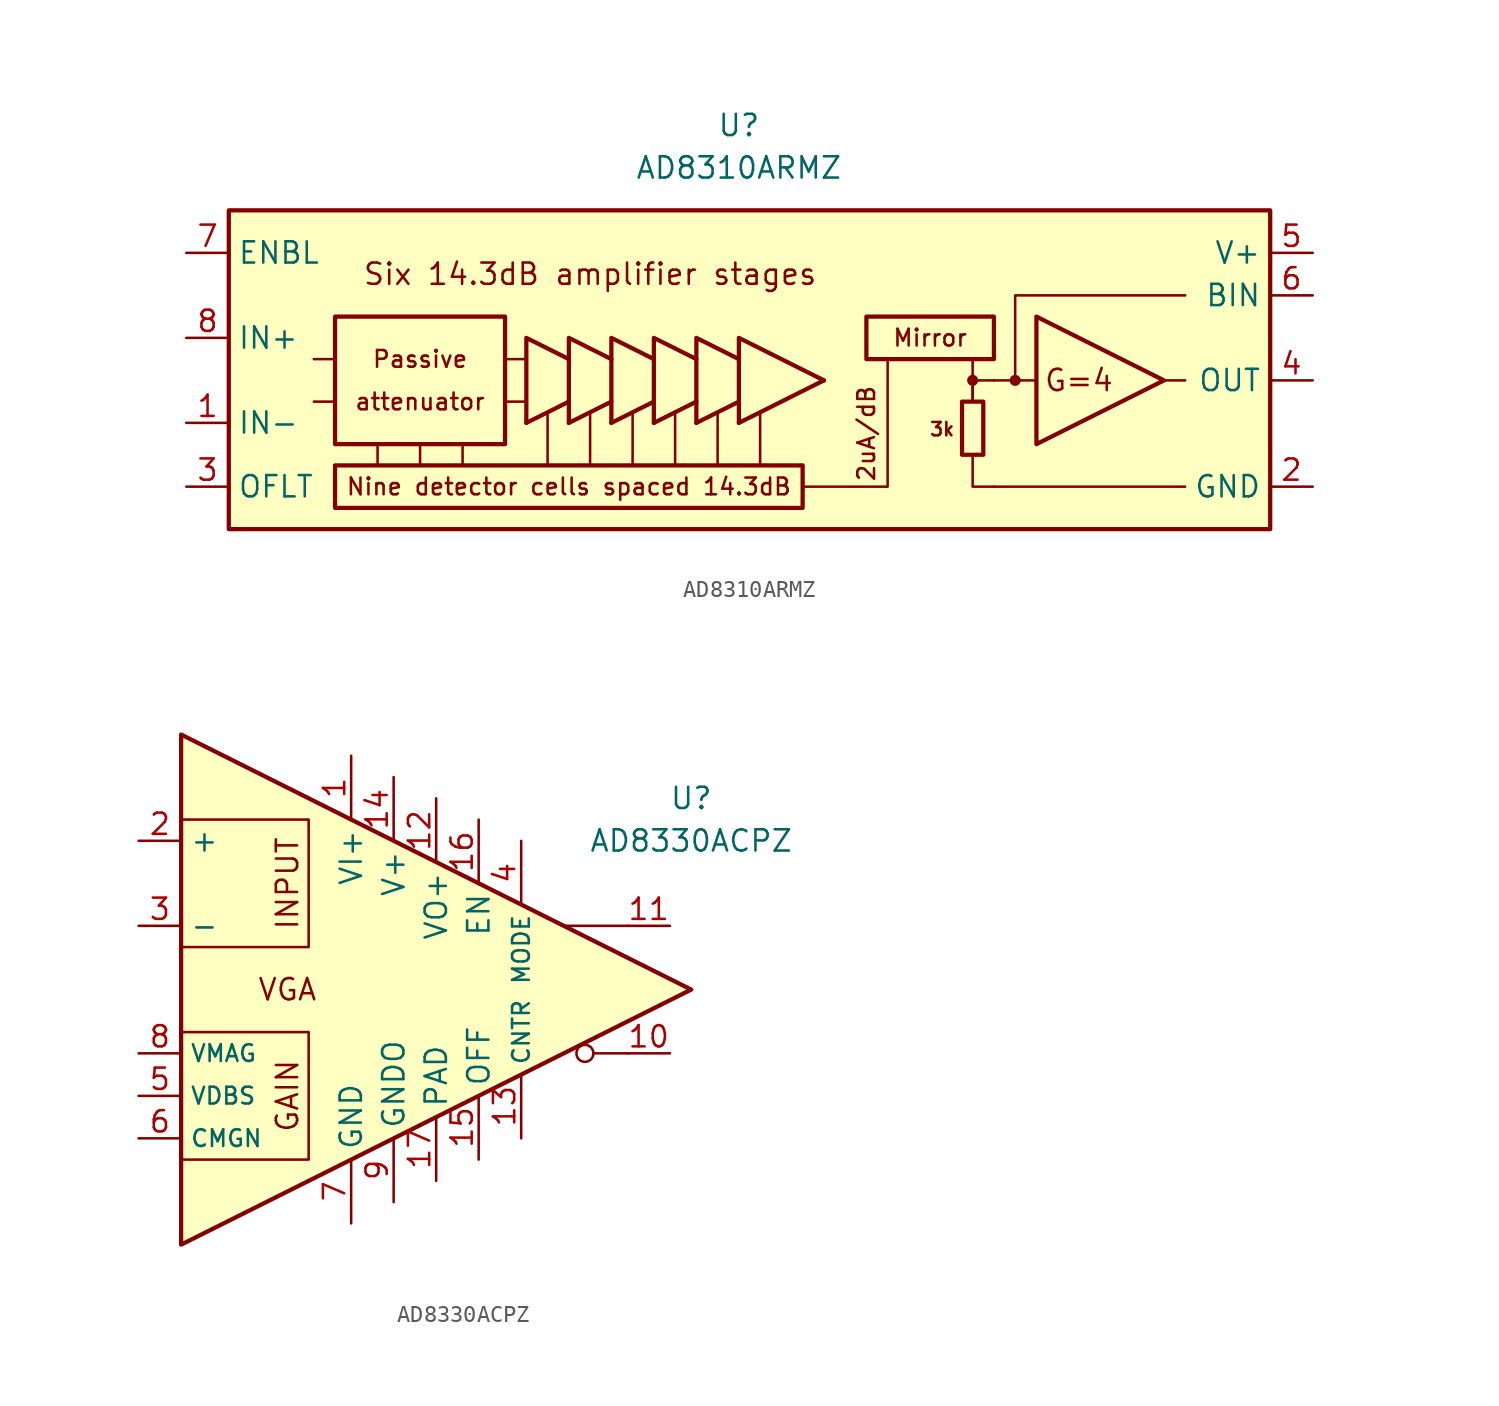
<source format=kicad_sym>
(kicad_symbol_lib
  (version 20231120)
  (generator "kicad_symbol_editor")
  (generator_version "8.0")
  (symbol "AD8310ARMZ"
    (property "Reference" "U"
      (at 0 16.51 0)
      (effects (font (size 1.27 1.27))))
    (property "Value" "AD8310ARMZ"
      (at 0 13.97 0)
      (effects (font (size 1.27 1.27))))
    (symbol "AD8310ARMZ_0_0"
      (rectangle (start -30.48 11.43) (end 31.75 -7.62) (stroke (width 0.254) (type default)) (fill (type background)))
      (rectangle (start -24.13 5.08) (end -13.97 -2.54) (stroke (width 0.254) (type default)) (fill (type none)))
      (polyline (pts (xy -24.13 0) (xy -25.4 0)) (stroke (width 0.152) (type default)) (fill (type none)))
      (polyline (pts (xy -24.13 2.54) (xy -25.4 2.54)) (stroke (width 0.152) (type default)) (fill (type none)))
      (polyline (pts (xy -21.59 -2.54) (xy -21.59 -3.81)) (stroke (width 0.152) (type default)) (fill (type none)))
      (polyline (pts (xy -19.05 -2.54) (xy -19.05 -3.81)) (stroke (width 0.152) (type default)) (fill (type none)))
      (polyline (pts (xy -16.51 -2.54) (xy -16.51 -3.81)) (stroke (width 0.152) (type default)) (fill (type none)))
      (polyline (pts (xy -13.97 0) (xy -12.7 0)) (stroke (width 0.152) (type default)) (fill (type none)))
      (polyline (pts (xy -13.97 2.54) (xy -12.7 2.54)) (stroke (width 0.152) (type default)) (fill (type none)))
      (polyline (pts (xy -11.43 -0.635) (xy -11.43 -3.81)) (stroke (width 0.152) (type default)) (fill (type none)))
      (polyline (pts (xy -8.89 -0.635) (xy -8.89 -3.81)) (stroke (width 0.152) (type default)) (fill (type none)))
      (polyline (pts (xy -6.35 -0.635) (xy -6.35 -3.81)) (stroke (width 0.152) (type default)) (fill (type none)))
      (polyline (pts (xy -3.81 -0.635) (xy -3.81 -3.81)) (stroke (width 0.152) (type default)) (fill (type none)))
      (polyline (pts (xy -1.27 -0.635) (xy -1.27 -3.81)) (stroke (width 0.152) (type default)) (fill (type none)))
      (polyline (pts (xy 1.27 -0.635) (xy 1.27 -3.81)) (stroke (width 0.152) (type default)) (fill (type none)))
      (polyline (pts (xy 13.97 0) (xy 13.97 1.27)) (stroke (width 0.152) (type default)) (fill (type none)))
      (polyline (pts (xy 13.97 1.27) (xy 15.24 1.27)) (stroke (width 0.152) (type default)) (fill (type none)))
      (polyline (pts (xy 13.97 2.54) (xy 13.97 0)) (stroke (width 0.152) (type default)) (fill (type none)))
      (polyline (pts (xy 15.24 -5.08) (xy 26.67 -5.08)) (stroke (width 0.152) (type default)) (fill (type none)))
      (polyline (pts (xy 15.24 1.27) (xy 17.78 1.27)) (stroke (width 0.152) (type default)) (fill (type none)))
      (polyline (pts (xy 26.67 1.27) (xy 25.4 1.27)) (stroke (width 0.152) (type default)) (fill (type none)))
      (polyline (pts (xy 3.81 -5.08) (xy 8.89 -5.08) (xy 8.89 2.54)) (stroke (width 0.152) (type default)) (fill (type none)))
      (polyline (pts (xy 13.97 -3.175) (xy 13.97 -5.08) (xy 15.24 -5.08)) (stroke (width 0.152) (type default)) (fill (type none)))
      (polyline (pts (xy 26.67 6.35) (xy 16.51 6.35) (xy 16.51 1.27)) (stroke (width 0.152) (type default)) (fill (type none)))
      (polyline (pts (xy 25.4 1.27) (xy 17.78 5.08) (xy 17.78 -2.54) (xy 25.4 1.27)) (stroke (width 0.254) (type default)) (fill (type none)))
      (rectangle (start 7.62 5.08) (end 15.24 2.54) (stroke (width 0.254) (type default)) (fill (type none)))
      (circle (center 13.97 1.27) (radius 0.254) (stroke (width 0.152) (type default)) (fill (type outline)))
      (circle (center 16.51 1.27) (radius 0.254) (stroke (width 0.152) (type default)) (fill (type outline)))
      (text "2uA/dB" (at 7.62 -1.905 900) (effects (font (size 1 1))))
      (text "3k" (at 12.954 -1.651 0) (effects (font (size 0.8 0.8)) (justify right)))
      (text "attenuator" (at -19.05 0 0) (effects (font (size 1 1))))
      (text "G=4" (at 20.32 1.27 0) (effects (font (size 1.27 1.27))))
      (text "Mirror" (at 11.43 3.81 0) (effects (font (size 1 1))))
      (text "Nine detector cells spaced 14.3dB" (at -10.16 -5.08 0) (effects (font (size 1 1))))
      (text "Passive" (at -19.05 2.54 0) (effects (font (size 1 1))))
      (text "Six 14.3dB amplifier stages" (at -8.89 7.62 0) (effects (font (size 1.27 1.27)))))
    (symbol "AD8310ARMZ_0_1"
      (rectangle (start -24.13 -3.81) (end 3.81 -6.35) (stroke (width 0.254) (type default)) (fill (type none)))
      (polyline (pts (xy -12.7 -1.27) (xy -10.16 0)) (stroke (width 0.254) (type default)) (fill (type none)))
      (polyline (pts (xy -10.16 -1.27) (xy -7.62 0)) (stroke (width 0.254) (type default)) (fill (type none)))
      (polyline (pts (xy -7.62 -1.27) (xy -5.08 0)) (stroke (width 0.254) (type default)) (fill (type none)))
      (polyline (pts (xy -5.08 -1.27) (xy -2.54 0)) (stroke (width 0.254) (type default)) (fill (type none)))
      (polyline (pts (xy -2.54 -1.27) (xy 0 0)) (stroke (width 0.254) (type default)) (fill (type none)))
      (polyline (pts (xy 0 -1.27) (xy 5.08 1.27)) (stroke (width 0.254) (type default)) (fill (type none)))
      (polyline (pts (xy -12.7 -1.27) (xy -12.7 3.81) (xy -10.16 2.54)) (stroke (width 0.254) (type default)) (fill (type none)))
      (polyline (pts (xy -10.16 -1.27) (xy -10.16 3.81) (xy -7.62 2.54)) (stroke (width 0.254) (type default)) (fill (type none)))
      (polyline (pts (xy -7.62 -1.27) (xy -7.62 3.81) (xy -5.08 2.54)) (stroke (width 0.254) (type default)) (fill (type none)))
      (polyline (pts (xy -5.08 -1.27) (xy -5.08 3.81) (xy -2.54 2.54)) (stroke (width 0.254) (type default)) (fill (type none)))
      (polyline (pts (xy -2.54 -1.27) (xy -2.54 3.81) (xy 0 2.54)) (stroke (width 0.254) (type default)) (fill (type none)))
      (polyline (pts (xy 0 -1.27) (xy 0 3.81) (xy 5.08 1.27)) (stroke (width 0.254) (type default)) (fill (type none)))
      (rectangle (start 13.335 0) (end 14.605 -3.175) (stroke (width 0.254) (type default)) (fill (type none))))
    (symbol "AD8310ARMZ_1_1"
      (pin input line (at -33.02 -1.27 0) (length 2.54) (name "IN-" (effects (font (size 1.27 1.27)))) (number "1" (effects (font (size 1.27 1.27)))))
      (pin power_in line (at 34.29 -5.08 180) (length 2.54) (name "GND" (effects (font (size 1.27 1.27)))) (number "2" (effects (font (size 1.27 1.27)))))
      (pin passive line (at -33.02 -5.08 0) (length 2.54) (name "OFLT" (effects (font (size 1.27 1.27)))) (number "3" (effects (font (size 1.27 1.27)))))
      (pin output line (at 34.29 1.27 180) (length 2.54) (name "OUT" (effects (font (size 1.27 1.27)))) (number "4" (effects (font (size 1.27 1.27)))))
      (pin power_in line (at 34.29 8.89 180) (length 2.54) (name "V+" (effects (font (size 1.27 1.27)))) (number "5" (effects (font (size 1.27 1.27)))))
      (pin output line (at 34.29 6.35 180) (length 2.54) (name "BIN" (effects (font (size 1.27 1.27)))) (number "6" (effects (font (size 1.27 1.27)))))
      (pin input line (at -33.02 8.89 0) (length 2.54) (name "ENBL" (effects (font (size 1.27 1.27)))) (number "7" (effects (font (size 1.27 1.27)))))
      (pin input line (at -33.02 3.81 0) (length 2.54) (name "IN+" (effects (font (size 1.27 1.27)))) (number "8" (effects (font (size 1.27 1.27)))))))
  (symbol "AD8330ACPZ"
    (property "Reference" "U"
      (at 13.97 11.43 0)
      (effects (font (size 1.27 1.27))))
    (property "Value" "AD8330ACPZ"
      (at 13.97 8.89 0)
      (effects (font (size 1.27 1.27))))
    (symbol "AD8330ACPZ_0_0"
      (polyline (pts (xy 10.16 3.81) (xy 6.35 3.81)) (stroke (width 0.152) (type default)) (fill (type none)))
      (polyline (pts (xy 10.16 -3.81) (xy 8.89 -3.81) (xy 8.128 -3.81)) (stroke (width 0.152) (type default)) (fill (type none)))
      (polyline (pts (xy -16.51 -2.54) (xy -8.89 -2.54) (xy -8.89 -10.16) (xy -16.51 -10.16)) (stroke (width 0.152) (type default)) (fill (type none)))
      (polyline (pts (xy -16.51 2.54) (xy -8.89 2.54) (xy -8.89 10.16) (xy -16.51 10.16)) (stroke (width 0.152) (type default)) (fill (type none)))
      (polyline (pts (xy -16.51 15.24) (xy 13.97 0) (xy -16.51 -15.24) (xy -16.51 15.24)) (stroke (width 0.254) (type default)) (fill (type background)))
      (circle (center 7.62 -3.81) (radius 0.508) (stroke (width 0.152) (type default)) (fill (type none)))
      (text "GAIN" (at -10.16 -6.35 900) (effects (font (size 1.27 1.27))))
      (text "INPUT" (at -10.16 6.35 900) (effects (font (size 1.27 1.27))))
      (text "VGA" (at -10.16 0 0) (effects (font (size 1.27 1.27)))))
    (symbol "AD8330ACPZ_1_1"
      (pin power_in line (at -6.35 13.97 270) (length 3.84) (name "VI+" (effects (font (size 1.27 1.27)))) (number "1" (effects (font (size 1.27 1.27)))))
      (pin output line (at 12.7 -3.81 180) (length 2.54) (name "~" (effects (font (size 1.27 1.27)))) (number "10" (effects (font (size 1.27 1.27)))))
      (pin output line (at 12.7 3.81 180) (length 2.54) (name "~" (effects (font (size 1.27 1.27)))) (number "11" (effects (font (size 1.27 1.27)))))
      (pin power_in line (at -1.27 11.43 270) (length 3.84) (name "VO+" (effects (font (size 1.27 1.27)))) (number "12" (effects (font (size 1.27 1.27)))))
      (pin passive line (at 3.81 -8.89 90) (length 3.84) (name "CNTR" (effects (font (size 1 1)))) (number "13" (effects (font (size 1.27 1.27)))))
      (pin power_in line (at -3.81 12.7 270) (length 3.84) (name "V+" (effects (font (size 1.27 1.27)))) (number "14" (effects (font (size 1.27 1.27)))))
      (pin input line (at 1.27 -10.16 90) (length 3.84) (name "OFF" (effects (font (size 1.27 1.27)))) (number "15" (effects (font (size 1.27 1.27)))))
      (pin input line (at 1.27 10.16 270) (length 3.84) (name "EN" (effects (font (size 1.27 1.27)))) (number "16" (effects (font (size 1.27 1.27)))))
      (pin passive line (at -1.27 -11.43 90) (length 3.84) (name "PAD" (effects (font (size 1.27 1.27)))) (number "17" (effects (font (size 1.27 1.27)))))
      (pin input line (at -19.05 8.89 0) (length 2.54) (name "+" (effects (font (size 1.27 1.27)))) (number "2" (effects (font (size 1.27 1.27)))))
      (pin input line (at -19.05 3.81 0) (length 2.54) (name "-" (effects (font (size 1.27 1.27)))) (number "3" (effects (font (size 1.27 1.27)))))
      (pin input line (at 3.81 8.89 270) (length 3.84) (name "MODE" (effects (font (size 1 1)))) (number "4" (effects (font (size 1.27 1.27)))))
      (pin input line (at -19.05 -6.35 0) (length 2.54) (name "VDBS" (effects (font (size 1 1)))) (number "5" (effects (font (size 1.27 1.27)))))
      (pin input line (at -19.05 -8.89 0) (length 2.54) (name "CMGN" (effects (font (size 1 1)))) (number "6" (effects (font (size 1.27 1.27)))))
      (pin power_in line (at -6.35 -13.97 90) (length 3.84) (name "GND" (effects (font (size 1.27 1.27)))) (number "7" (effects (font (size 1.27 1.27)))))
      (pin input line (at -19.05 -3.81 0) (length 2.54) (name "VMAG" (effects (font (size 1 1)))) (number "8" (effects (font (size 1.27 1.27)))))
      (pin power_in line (at -3.81 -12.7 90) (length 3.84) (name "GNDO" (effects (font (size 1.27 1.27)))) (number "9" (effects (font (size 1.27 1.27))))))))
</source>
